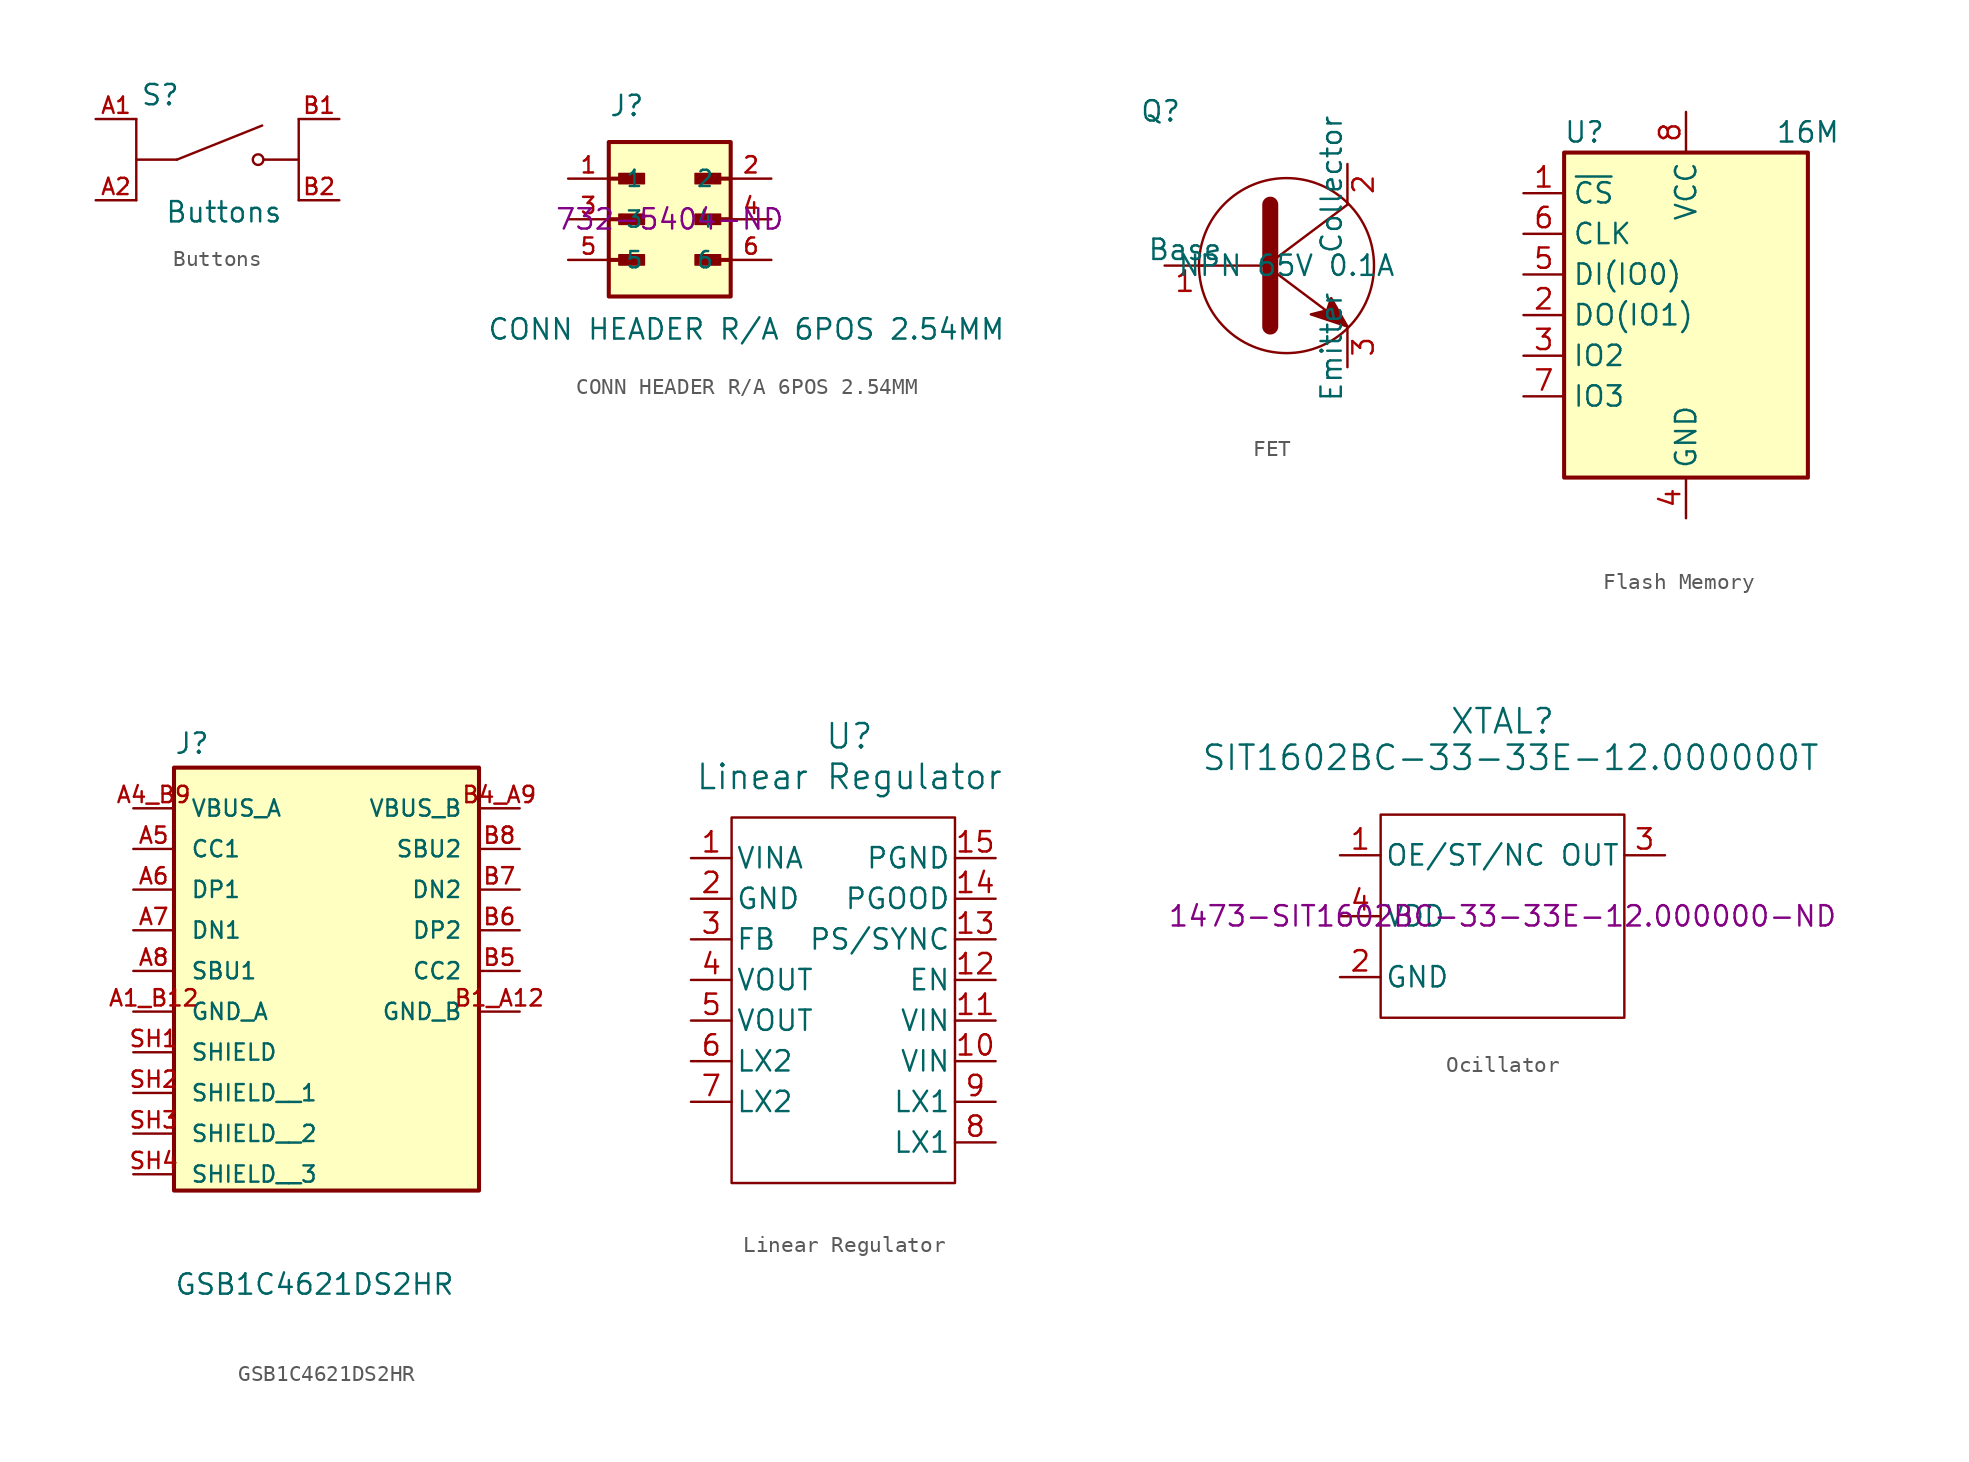
<source format=kicad_sym>
(kicad_symbol_lib
  (version 20231120)
  (generator "kicad_symbol_editor")
  (generator_version "8.0")
  (symbol "Buttons"
    (pin_names
      (offset 1.016))
    (property "Reference" "S"
      (at -4.826 3.302 0)
      (effects (font (size 1.27 1.27)) (justify left bottom)))
    (property "Value" "Buttons"
      (at -3.302 -2.54 0)
      (effects (font (size 1.27 1.27)) (justify left top)))
    (symbol "Buttons_0_0"
      (polyline (pts (xy -5.08 2.54) (xy -5.08 -2.54)) (stroke (width 0.152) (type default)) (fill (type none)))
      (polyline (pts (xy -2.54 0) (xy -5.08 0)) (stroke (width 0.152) (type default)) (fill (type none)))
      (polyline (pts (xy -2.54 0) (xy 2.794 2.134)) (stroke (width 0.152) (type default)) (fill (type none)))
      (polyline (pts (xy 5.08 0) (xy 2.921 0)) (stroke (width 0.152) (type default)) (fill (type none)))
      (polyline (pts (xy 5.08 2.54) (xy 5.08 -2.54)) (stroke (width 0.152) (type default)) (fill (type none)))
      (circle (center 2.54 0) (radius 0.33) (stroke (width 0.152) (type default)) (fill (type none)))
      (pin passive line (at -7.62 2.54 0) (length 2.54) (name "~" (effects (font (size 1.016 1.016)))) (number "A1" (effects (font (size 1.016 1.016)))))
      (pin passive line (at -7.62 -2.54 0) (length 2.54) (name "~" (effects (font (size 1.016 1.016)))) (number "A2" (effects (font (size 1.016 1.016)))))
      (pin passive line (at 7.62 2.54 180) (length 2.54) (name "~" (effects (font (size 1.016 1.016)))) (number "B1" (effects (font (size 1.016 1.016)))))
      (pin passive line (at 7.62 -2.54 180) (length 2.54) (name "~" (effects (font (size 1.016 1.016)))) (number "B2" (effects (font (size 1.016 1.016)))))))
  (symbol "CONN HEADER R/A 6POS 2.54MM"
    (pin_names
      (offset 1.016))
    (property "Reference" "J"
      (at -3.81 6.35 0)
      (effects (font (size 1.27 1.27)) (justify left bottom)))
    (property "Value" "CONN HEADER R/A 6POS 2.54MM"
      (at -11.43 -7.62 0)
      (effects (font (size 1.27 1.27)) (justify left bottom)))
    (property "DigiKey Part Number" "732-5404-ND"
      (at 0 0 0)
      (effects (font (size 1.27 1.27))))
    (symbol "CONN HEADER R/A 6POS 2.54MM_0_0"
      (rectangle (start -3.81 4.826) (end 3.81 -4.826) (stroke (width 0.254) (type default)) (fill (type background)))
      (rectangle (start -3.175 -2.857) (end -1.587 -2.223) (stroke (width 0.1) (type default)) (fill (type outline)))
      (rectangle (start -3.175 -0.318) (end -1.587 0.318) (stroke (width 0.1) (type default)) (fill (type outline)))
      (rectangle (start -3.175 2.223) (end -1.587 2.857) (stroke (width 0.1) (type default)) (fill (type outline)))
      (polyline (pts (xy -3.81 -2.54) (xy -1.905 -2.54)) (stroke (width 0.254) (type default)) (fill (type none)))
      (polyline (pts (xy -3.81 0) (xy -1.905 0)) (stroke (width 0.254) (type default)) (fill (type none)))
      (polyline (pts (xy -3.81 2.54) (xy -1.905 2.54)) (stroke (width 0.254) (type default)) (fill (type none)))
      (polyline (pts (xy 3.81 -2.54) (xy 1.905 -2.54)) (stroke (width 0.254) (type default)) (fill (type none)))
      (polyline (pts (xy 3.81 0) (xy 1.905 0)) (stroke (width 0.254) (type default)) (fill (type none)))
      (polyline (pts (xy 3.81 2.54) (xy 1.905 2.54)) (stroke (width 0.254) (type default)) (fill (type none)))
      (rectangle (start 1.587 -2.857) (end 3.175 -2.223) (stroke (width 0.1) (type default)) (fill (type outline)))
      (rectangle (start 1.587 -0.318) (end 3.175 0.318) (stroke (width 0.1) (type default)) (fill (type outline)))
      (rectangle (start 1.587 2.223) (end 3.175 2.857) (stroke (width 0.1) (type default)) (fill (type outline)))
      (pin passive line (at -6.35 2.54 0) (length 2.54) (name "1" (effects (font (size 1.016 1.016)))) (number "1" (effects (font (size 1.016 1.016)))))
      (pin passive line (at 6.35 2.54 180) (length 2.54) (name "2" (effects (font (size 1.016 1.016)))) (number "2" (effects (font (size 1.016 1.016)))))
      (pin passive line (at -6.35 0 0) (length 2.54) (name "3" (effects (font (size 1.016 1.016)))) (number "3" (effects (font (size 1.016 1.016)))))
      (pin passive line (at 6.35 0 180) (length 2.54) (name "4" (effects (font (size 1.016 1.016)))) (number "4" (effects (font (size 1.016 1.016)))))
      (pin passive line (at -6.35 -2.54 0) (length 2.54) (name "5" (effects (font (size 1.016 1.016)))) (number "5" (effects (font (size 1.016 1.016)))))
      (pin passive line (at 6.35 -2.54 180) (length 2.54) (name "6" (effects (font (size 1.016 1.016)))) (number "6" (effects (font (size 1.016 1.016)))))))
  (symbol "FET"
    (pin_names
      (offset 0))
    (property "Reference" "Q"
      (at -7.874 9.652 0)
      (effects (font (size 1.27 1.27))))
    (property "Value" "NPN 65V 0.1A "
      (at 0 0 0)
      (effects (font (size 1.27 1.27))))
    (symbol "FET_0_1"
      (polyline (pts (xy -5.334 0) (xy -1.016 0)) (stroke (width 0) (type default)) (fill (type none)))
      (polyline (pts (xy -1.016 3.81) (xy -1.016 -3.81)) (stroke (width 1) (type default)) (fill (type none)))
      (polyline (pts (xy 3.81 -3.81) (xy -1.27 0)) (stroke (width 0) (type default)) (fill (type none)))
      (polyline (pts (xy 3.81 3.81) (xy -1.27 0)) (stroke (width 0) (type default)) (fill (type none)))
      (circle (center 0 0) (radius 5.471) (stroke (width 0) (type default)) (fill (type none))))
    (symbol "FET_1_1"
      (polyline (pts (xy 2.54 -2.794) (xy 1.524 -3.048) (xy 3.81 -3.81) (xy 2.794 -2.032) (xy 2.54 -2.794)) (stroke (width 0) (type default)) (fill (type outline)))
      (pin input line (at -7.62 0 0) (length 2.54) (name "Base" (effects (font (size 1.27 1.27)))) (number "1" (effects (font (size 1.27 1.27)))))
      (pin input line (at 3.81 6.35 270) (length 2.54) (name "Collector" (effects (font (size 1.27 1.27)))) (number "2" (effects (font (size 1.27 1.27)))))
      (pin output line (at 3.81 -6.35 90) (length 2.54) (name "Emitter" (effects (font (size 1.27 1.27)))) (number "3" (effects (font (size 1.27 1.27)))))))
  (symbol "Flash Memory"
    (property "Reference" "U"
      (at -6.35 11.43 0)
      (effects (font (size 1.27 1.27))))
    (property "Value" "16M"
      (at 7.62 11.43 0)
      (effects (font (size 1.27 1.27))))
    (symbol "Flash Memory_0_1"
      (rectangle (start -7.62 10.16) (end 7.62 -10.16) (stroke (width 0.254) (type default)) (fill (type background))))
    (symbol "Flash Memory_1_1"
      (pin input line (at -10.16 7.62 0) (length 2.54) (name "~{CS}" (effects (font (size 1.27 1.27)))) (number "1" (effects (font (size 1.27 1.27)))))
      (pin bidirectional line (at -10.16 0 0) (length 2.54) (name "DO(IO1)" (effects (font (size 1.27 1.27)))) (number "2" (effects (font (size 1.27 1.27)))))
      (pin bidirectional line (at -10.16 -2.54 0) (length 2.54) (name "IO2" (effects (font (size 1.27 1.27)))) (number "3" (effects (font (size 1.27 1.27)))))
      (pin power_in line (at 0 -12.7 90) (length 2.54) (name "GND" (effects (font (size 1.27 1.27)))) (number "4" (effects (font (size 1.27 1.27)))))
      (pin bidirectional line (at -10.16 2.54 0) (length 2.54) (name "DI(IO0)" (effects (font (size 1.27 1.27)))) (number "5" (effects (font (size 1.27 1.27)))))
      (pin input line (at -10.16 5.08 0) (length 2.54) (name "CLK" (effects (font (size 1.27 1.27)))) (number "6" (effects (font (size 1.27 1.27)))))
      (pin bidirectional line (at -10.16 -5.08 0) (length 2.54) (name "IO3" (effects (font (size 1.27 1.27)))) (number "7" (effects (font (size 1.27 1.27)))))
      (pin power_in line (at 0 12.7 270) (length 2.54) (name "VCC" (effects (font (size 1.27 1.27)))) (number "8" (effects (font (size 1.27 1.27)))))))
  (symbol "GSB1C4621DS2HR"
    (pin_names
      (offset 1.016))
    (property "Reference" "J"
      (at -10.16 14.732 0)
      (effects (font (size 1.27 1.27)) (justify left bottom)))
    (property "Value" "GSB1C4621DS2HR"
      (at -10.16 -19.05 0)
      (effects (font (size 1.27 1.27)) (justify left bottom)))
    (symbol "GSB1C4621DS2HR_0_0"
      (rectangle (start -10.16 13.97) (end 8.89 -12.446) (stroke (width 0.254) (type default)) (fill (type background)))
      (pin power_in line (at -12.7 -1.27 0) (length 2.54) (name "GND_A" (effects (font (size 1.016 1.016)))) (number "A1_B12" (effects (font (size 1.016 1.016)))))
      (pin power_in line (at -12.7 11.43 0) (length 2.54) (name "VBUS_A" (effects (font (size 1.016 1.016)))) (number "A4_B9" (effects (font (size 1.016 1.016)))))
      (pin bidirectional line (at -12.7 8.89 0) (length 2.54) (name "CC1" (effects (font (size 1.016 1.016)))) (number "A5" (effects (font (size 1.016 1.016)))))
      (pin bidirectional line (at -12.7 6.35 0) (length 2.54) (name "DP1" (effects (font (size 1.016 1.016)))) (number "A6" (effects (font (size 1.016 1.016)))))
      (pin bidirectional line (at -12.7 3.81 0) (length 2.54) (name "DN1" (effects (font (size 1.016 1.016)))) (number "A7" (effects (font (size 1.016 1.016)))))
      (pin bidirectional line (at -12.7 1.27 0) (length 2.54) (name "SBU1" (effects (font (size 1.016 1.016)))) (number "A8" (effects (font (size 1.016 1.016)))))
      (pin power_in line (at 11.43 -1.27 180) (length 2.54) (name "GND_B" (effects (font (size 1.016 1.016)))) (number "B1_A12" (effects (font (size 1.016 1.016)))))
      (pin power_in line (at 11.43 11.43 180) (length 2.54) (name "VBUS_B" (effects (font (size 1.016 1.016)))) (number "B4_A9" (effects (font (size 1.016 1.016)))))
      (pin bidirectional line (at 11.43 1.27 180) (length 2.54) (name "CC2" (effects (font (size 1.016 1.016)))) (number "B5" (effects (font (size 1.016 1.016)))))
      (pin bidirectional line (at 11.43 3.81 180) (length 2.54) (name "DP2" (effects (font (size 1.016 1.016)))) (number "B6" (effects (font (size 1.016 1.016)))))
      (pin bidirectional line (at 11.43 6.35 180) (length 2.54) (name "DN2" (effects (font (size 1.016 1.016)))) (number "B7" (effects (font (size 1.016 1.016)))))
      (pin bidirectional line (at 11.43 8.89 180) (length 2.54) (name "SBU2" (effects (font (size 1.016 1.016)))) (number "B8" (effects (font (size 1.016 1.016)))))
      (pin passive line (at -12.7 -3.81 0) (length 2.54) (name "SHIELD" (effects (font (size 1.016 1.016)))) (number "SH1" (effects (font (size 1.016 1.016)))))
      (pin passive line (at -12.7 -6.35 0) (length 2.54) (name "SHIELD__1" (effects (font (size 1.016 1.016)))) (number "SH2" (effects (font (size 1.016 1.016)))))
      (pin passive line (at -12.7 -8.89 0) (length 2.54) (name "SHIELD__2" (effects (font (size 1.016 1.016)))) (number "SH3" (effects (font (size 1.016 1.016)))))
      (pin passive line (at -12.7 -11.43 0) (length 2.54) (name "SHIELD__3" (effects (font (size 1.016 1.016)))) (number "SH4" (effects (font (size 1.016 1.016)))))))
  (symbol "Linear Regulator"
    (pin_names
      (offset 0.254))
    (property "Reference" "U"
      (at 7.366 5.08 0)
      (effects (font (size 1.524 1.524))))
    (property "Value" "Linear Regulator"
      (at 7.366 2.54 0)
      (effects (font (size 1.524 1.524))))
    (symbol "Linear Regulator_0_1"
      (pin passive line (at -2.54 -2.54 0) (length 2.54) (name "VINA" (effects (font (size 1.27 1.27)))) (number "1" (effects (font (size 1.27 1.27)))))
      (pin power_in line (at 16.51 -15.24 180) (length 2.54) (name "VIN" (effects (font (size 1.27 1.27)))) (number "10" (effects (font (size 1.27 1.27)))))
      (pin power_in line (at 16.51 -12.7 180) (length 2.54) (name "VIN" (effects (font (size 1.27 1.27)))) (number "11" (effects (font (size 1.27 1.27)))))
      (pin input line (at 16.51 -10.16 180) (length 2.54) (name "EN" (effects (font (size 1.27 1.27)))) (number "12" (effects (font (size 1.27 1.27)))))
      (pin input line (at 16.51 -7.62 180) (length 2.54) (name "PS/SYNC" (effects (font (size 1.27 1.27)))) (number "13" (effects (font (size 1.27 1.27)))))
      (pin power_in line (at 16.51 -5.08 180) (length 2.54) (name "PGOOD" (effects (font (size 1.27 1.27)))) (number "14" (effects (font (size 1.27 1.27)))))
      (pin power_in line (at 16.51 -2.54 180) (length 2.54) (name "PGND" (effects (font (size 1.27 1.27)))) (number "15" (effects (font (size 1.27 1.27)))))
      (pin power_in line (at -2.54 -5.08 0) (length 2.54) (name "GND" (effects (font (size 1.27 1.27)))) (number "2" (effects (font (size 1.27 1.27)))))
      (pin input line (at -2.54 -7.62 0) (length 2.54) (name "FB" (effects (font (size 1.27 1.27)))) (number "3" (effects (font (size 1.27 1.27)))))
      (pin power_out line (at -2.54 -10.16 0) (length 2.54) (name "VOUT" (effects (font (size 1.27 1.27)))) (number "4" (effects (font (size 1.27 1.27)))))
      (pin power_out line (at -2.54 -12.7 0) (length 2.54) (name "VOUT" (effects (font (size 1.27 1.27)))) (number "5" (effects (font (size 1.27 1.27)))))
      (pin bidirectional line (at -2.54 -15.24 0) (length 2.54) (name "LX2" (effects (font (size 1.27 1.27)))) (number "6" (effects (font (size 1.27 1.27)))))
      (pin bidirectional line (at -2.54 -17.78 0) (length 2.54) (name "LX2" (effects (font (size 1.27 1.27)))) (number "7" (effects (font (size 1.27 1.27)))))
      (pin bidirectional line (at 16.51 -20.32 180) (length 2.54) (name "LX1" (effects (font (size 1.27 1.27)))) (number "8" (effects (font (size 1.27 1.27)))))
      (pin bidirectional line (at 16.51 -17.78 180) (length 2.54) (name "LX1" (effects (font (size 1.27 1.27)))) (number "9" (effects (font (size 1.27 1.27))))))
    (symbol "Linear Regulator_1_1"
      (rectangle (start 0 0) (end 13.97 -22.86) (stroke (width 0) (type default)) (fill (type none)))))
  (symbol "Ocillator"
    (pin_names
      (offset 0.254))
    (property "Reference" "XTAL"
      (at 0 12.192 0)
      (effects (font (size 1.524 1.524))))
    (property "Value" "SIT1602BC-33-33E-12.000000T"
      (at 0.508 9.906 0)
      (effects (font (size 1.524 1.524))))
    (property "DigiKey Part Number" "1473-SIT1602BC-33-33E-12.000000-ND"
      (at 0 0 0)
      (effects (font (size 1.27 1.27))))
    (symbol "Ocillator_0_1"
      (pin output line (at 10.16 3.81 180) (length 2.54) (name "OUT" (effects (font (size 1.27 1.27)))) (number "3" (effects (font (size 1.27 1.27)))))
      (pin power_in line (at -10.16 0 0) (length 2.54) (name "VDD" (effects (font (size 1.27 1.27)))) (number "4" (effects (font (size 1.27 1.27))))))
    (symbol "Ocillator_1_1"
      (rectangle (start -7.62 6.35) (end 7.62 -6.35) (stroke (width 0) (type default)) (fill (type none)))
      (pin input line (at -10.16 3.81 0) (length 2.54) (name "OE/ST/NC" (effects (font (size 1.27 1.27)))) (number "1" (effects (font (size 1.27 1.27)))))
      (pin input line (at -10.16 -3.81 0) (length 2.54) (name "GND" (effects (font (size 1.27 1.27)))) (number "2" (effects (font (size 1.27 1.27))))))))
</source>
